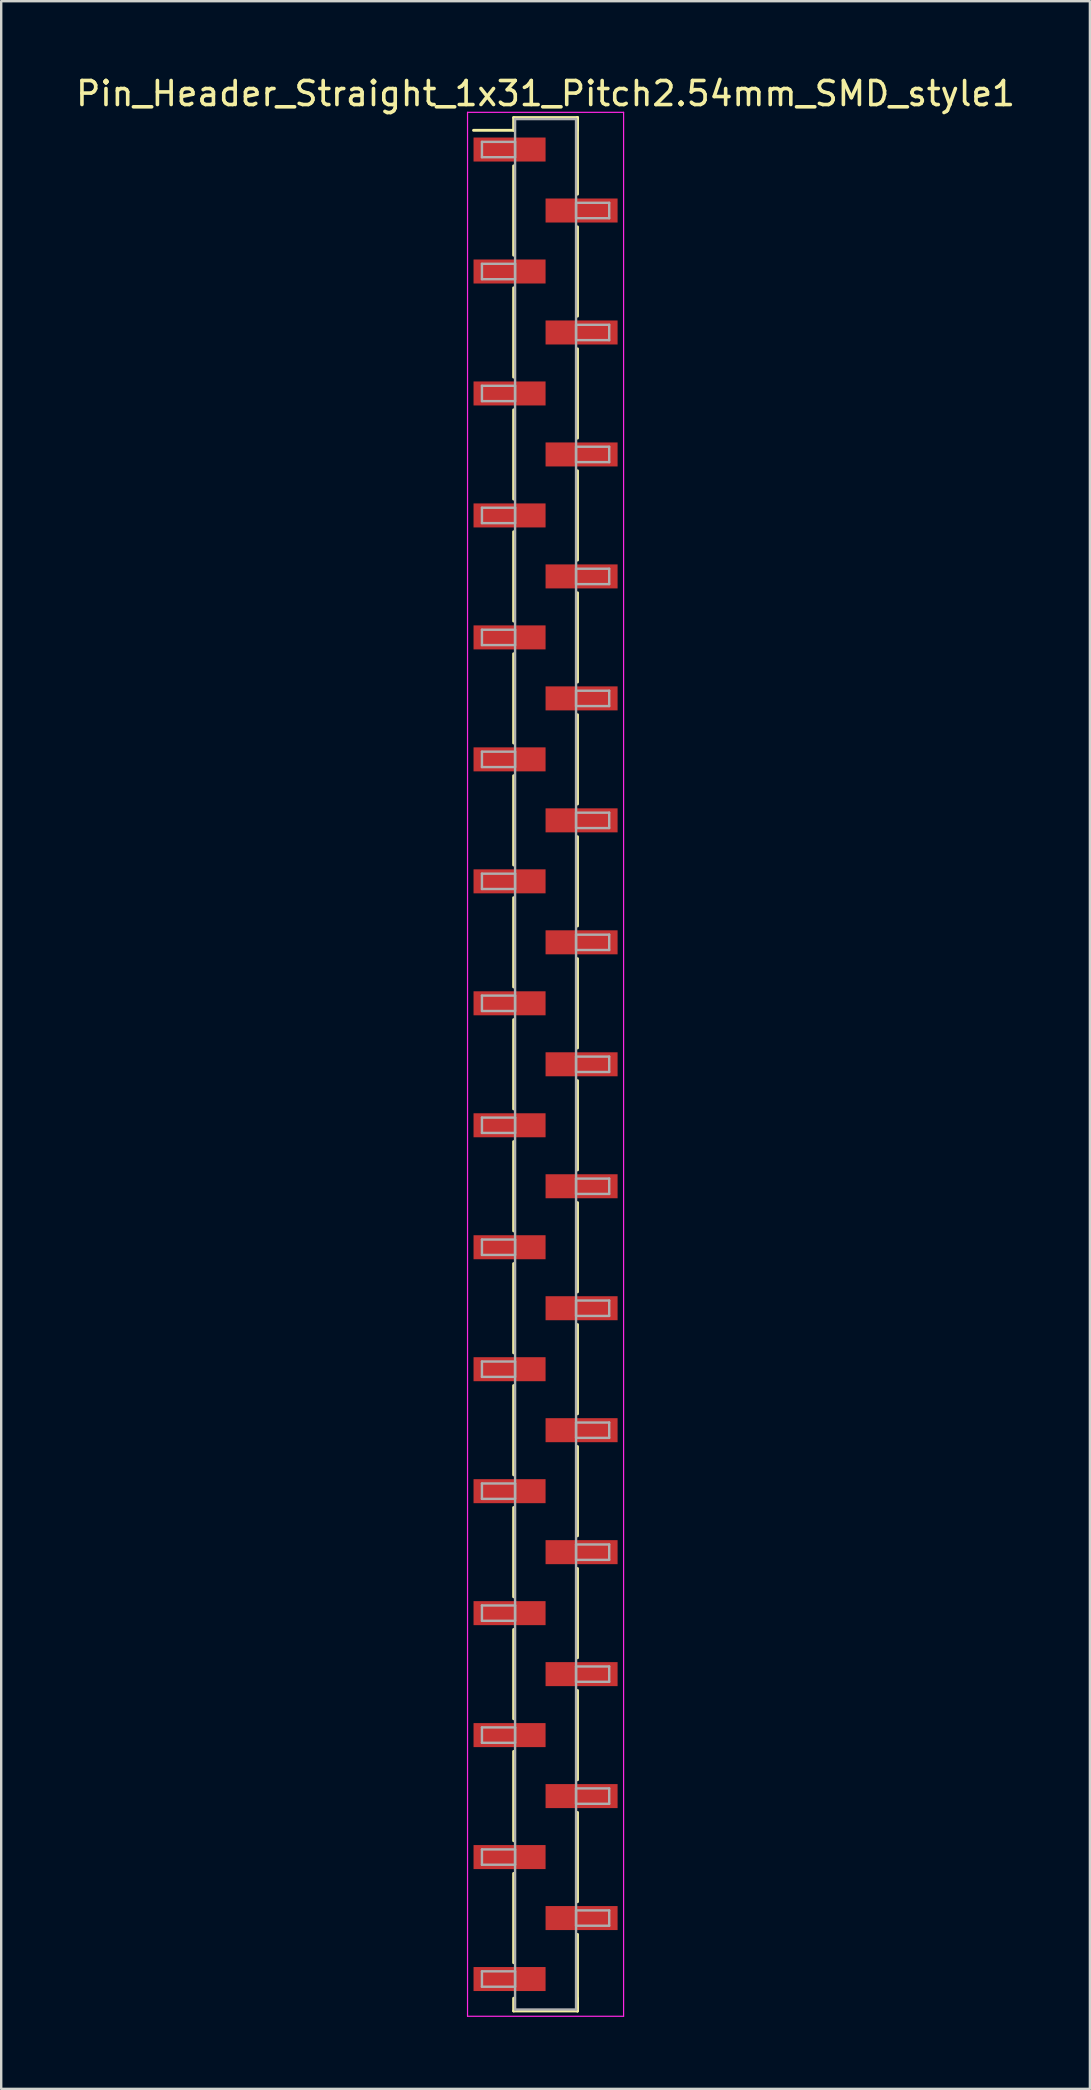
<source format=kicad_pcb>
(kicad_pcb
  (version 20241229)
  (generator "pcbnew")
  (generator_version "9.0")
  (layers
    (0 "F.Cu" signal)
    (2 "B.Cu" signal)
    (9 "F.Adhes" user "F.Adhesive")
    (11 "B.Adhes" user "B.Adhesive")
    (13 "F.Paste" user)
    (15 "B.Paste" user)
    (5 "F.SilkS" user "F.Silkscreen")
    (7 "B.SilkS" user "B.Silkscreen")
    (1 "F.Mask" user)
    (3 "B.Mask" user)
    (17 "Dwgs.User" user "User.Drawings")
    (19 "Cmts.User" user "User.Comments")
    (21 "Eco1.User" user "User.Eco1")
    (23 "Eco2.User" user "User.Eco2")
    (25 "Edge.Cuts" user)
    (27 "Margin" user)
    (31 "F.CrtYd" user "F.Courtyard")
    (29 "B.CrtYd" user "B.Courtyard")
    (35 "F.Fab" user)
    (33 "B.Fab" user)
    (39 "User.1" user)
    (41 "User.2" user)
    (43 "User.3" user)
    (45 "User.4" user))
  (footprint "Pin_Header_Straight_1x31_Pitch2.54mm_SMD_style1"
    (layer "F.Cu")
    (at 19.673 41.278)
    (property "Reference" "Pin_Header_Straight_1x31_Pitch2.54mm_SMD_style1" (at 0 -40.43 0) (layer "F.SilkS") (effects (font (size 1 1) (thickness 0.15))))
    (attr smd)
    (fp_line (start -1.33 -39.43) (end 1.33 -39.43) (stroke (width 0.12) (type solid)) (layer "F.SilkS"))
    (fp_line (start -1.33 -38.9) (end -3 -38.9) (stroke (width 0.12) (type solid)) (layer "F.SilkS"))
    (fp_line (start -1.33 -38.9) (end -1.33 -39.43) (stroke (width 0.12) (type solid)) (layer "F.SilkS"))
    (fp_line (start -1.33 -37.42) (end -1.33 -33.7) (stroke (width 0.12) (type solid)) (layer "F.SilkS"))
    (fp_line (start -1.33 -32.34) (end -1.33 -28.62) (stroke (width 0.12) (type solid)) (layer "F.SilkS"))
    (fp_line (start -1.33 -27.26) (end -1.33 -23.54) (stroke (width 0.12) (type solid)) (layer "F.SilkS"))
    (fp_line (start -1.33 -22.18) (end -1.33 -18.46) (stroke (width 0.12) (type solid)) (layer "F.SilkS"))
    (fp_line (start -1.33 -17.1) (end -1.33 -13.38) (stroke (width 0.12) (type solid)) (layer "F.SilkS"))
    (fp_line (start -1.33 -12.02) (end -1.33 -8.3) (stroke (width 0.12) (type solid)) (layer "F.SilkS"))
    (fp_line (start -1.33 -6.94) (end -1.33 -3.22) (stroke (width 0.12) (type solid)) (layer "F.SilkS"))
    (fp_line (start -1.33 -1.86) (end -1.33 1.86) (stroke (width 0.12) (type solid)) (layer "F.SilkS"))
    (fp_line (start -1.33 3.22) (end -1.33 6.94) (stroke (width 0.12) (type solid)) (layer "F.SilkS"))
    (fp_line (start -1.33 8.3) (end -1.33 12.02) (stroke (width 0.12) (type solid)) (layer "F.SilkS"))
    (fp_line (start -1.33 13.38) (end -1.33 17.1) (stroke (width 0.12) (type solid)) (layer "F.SilkS"))
    (fp_line (start -1.33 18.46) (end -1.33 22.18) (stroke (width 0.12) (type solid)) (layer "F.SilkS"))
    (fp_line (start -1.33 23.54) (end -1.33 27.26) (stroke (width 0.12) (type solid)) (layer "F.SilkS"))
    (fp_line (start -1.33 28.62) (end -1.33 32.34) (stroke (width 0.12) (type solid)) (layer "F.SilkS"))
    (fp_line (start -1.33 33.7) (end -1.33 37.42) (stroke (width 0.12) (type solid)) (layer "F.SilkS"))
    (fp_line (start -1.33 38.9) (end -1.33 39.43) (stroke (width 0.12) (type solid)) (layer "F.SilkS"))
    (fp_line (start -1.33 39.43) (end 1.33 39.43) (stroke (width 0.12) (type solid)) (layer "F.SilkS"))
    (fp_line (start 1.33 -39.43) (end 1.33 -38.9) (stroke (width 0.12) (type solid)) (layer "F.SilkS"))
    (fp_line (start 1.33 -39.43) (end 1.33 -36.24) (stroke (width 0.12) (type solid)) (layer "F.SilkS"))
    (fp_line (start 1.33 -34.88) (end 1.33 -31.16) (stroke (width 0.12) (type solid)) (layer "F.SilkS"))
    (fp_line (start 1.33 -29.8) (end 1.33 -26.08) (stroke (width 0.12) (type solid)) (layer "F.SilkS"))
    (fp_line (start 1.33 -24.72) (end 1.33 -21) (stroke (width 0.12) (type solid)) (layer "F.SilkS"))
    (fp_line (start 1.33 -19.64) (end 1.33 -15.92) (stroke (width 0.12) (type solid)) (layer "F.SilkS"))
    (fp_line (start 1.33 -14.56) (end 1.33 -10.84) (stroke (width 0.12) (type solid)) (layer "F.SilkS"))
    (fp_line (start 1.33 -9.48) (end 1.33 -5.76) (stroke (width 0.12) (type solid)) (layer "F.SilkS"))
    (fp_line (start 1.33 -4.4) (end 1.33 -0.68) (stroke (width 0.12) (type solid)) (layer "F.SilkS"))
    (fp_line (start 1.33 0.68) (end 1.33 4.4) (stroke (width 0.12) (type solid)) (layer "F.SilkS"))
    (fp_line (start 1.33 5.76) (end 1.33 9.48) (stroke (width 0.12) (type solid)) (layer "F.SilkS"))
    (fp_line (start 1.33 10.84) (end 1.33 14.56) (stroke (width 0.12) (type solid)) (layer "F.SilkS"))
    (fp_line (start 1.33 15.92) (end 1.33 19.64) (stroke (width 0.12) (type solid)) (layer "F.SilkS"))
    (fp_line (start 1.33 21) (end 1.33 24.72) (stroke (width 0.12) (type solid)) (layer "F.SilkS"))
    (fp_line (start 1.33 26.08) (end 1.33 29.8) (stroke (width 0.12) (type solid)) (layer "F.SilkS"))
    (fp_line (start 1.33 31.16) (end 1.33 34.88) (stroke (width 0.12) (type solid)) (layer "F.SilkS"))
    (fp_line (start 1.33 36.24) (end 1.33 39.43) (stroke (width 0.12) (type solid)) (layer "F.SilkS"))
    (fp_line (start 1.33 39.43) (end 1.33 38.9) (stroke (width 0.12) (type solid)) (layer "F.SilkS"))
    (fp_line (start -3.25 -39.65) (end -3.25 39.65) (stroke (width 0.05) (type solid)) (layer "F.CrtYd"))
    (fp_line (start -3.25 39.65) (end 3.25 39.65) (stroke (width 0.05) (type solid)) (layer "F.CrtYd"))
    (fp_line (start 3.25 -39.65) (end -3.25 -39.65) (stroke (width 0.05) (type solid)) (layer "F.CrtYd"))
    (fp_line (start 3.25 39.65) (end 3.25 -39.65) (stroke (width 0.05) (type solid)) (layer "F.CrtYd"))
    (fp_line (start -2.65 -38.42) (end -1.27 -38.42) (stroke (width 0.1) (type solid)) (layer "F.Fab"))
    (fp_line (start -2.65 -37.78) (end -2.65 -38.42) (stroke (width 0.1) (type solid)) (layer "F.Fab"))
    (fp_line (start -2.65 -33.34) (end -1.27 -33.34) (stroke (width 0.1) (type solid)) (layer "F.Fab"))
    (fp_line (start -2.65 -32.7) (end -2.65 -33.34) (stroke (width 0.1) (type solid)) (layer "F.Fab"))
    (fp_line (start -2.65 -28.26) (end -1.27 -28.26) (stroke (width 0.1) (type solid)) (layer "F.Fab"))
    (fp_line (start -2.65 -27.62) (end -2.65 -28.26) (stroke (width 0.1) (type solid)) (layer "F.Fab"))
    (fp_line (start -2.65 -23.18) (end -1.27 -23.18) (stroke (width 0.1) (type solid)) (layer "F.Fab"))
    (fp_line (start -2.65 -22.54) (end -2.65 -23.18) (stroke (width 0.1) (type solid)) (layer "F.Fab"))
    (fp_line (start -2.65 -18.1) (end -1.27 -18.1) (stroke (width 0.1) (type solid)) (layer "F.Fab"))
    (fp_line (start -2.65 -17.46) (end -2.65 -18.1) (stroke (width 0.1) (type solid)) (layer "F.Fab"))
    (fp_line (start -2.65 -13.02) (end -1.27 -13.02) (stroke (width 0.1) (type solid)) (layer "F.Fab"))
    (fp_line (start -2.65 -12.38) (end -2.65 -13.02) (stroke (width 0.1) (type solid)) (layer "F.Fab"))
    (fp_line (start -2.65 -7.94) (end -1.27 -7.94) (stroke (width 0.1) (type solid)) (layer "F.Fab"))
    (fp_line (start -2.65 -7.3) (end -2.65 -7.94) (stroke (width 0.1) (type solid)) (layer "F.Fab"))
    (fp_line (start -2.65 -2.86) (end -1.27 -2.86) (stroke (width 0.1) (type solid)) (layer "F.Fab"))
    (fp_line (start -2.65 -2.22) (end -2.65 -2.86) (stroke (width 0.1) (type solid)) (layer "F.Fab"))
    (fp_line (start -2.65 2.22) (end -1.27 2.22) (stroke (width 0.1) (type solid)) (layer "F.Fab"))
    (fp_line (start -2.65 2.86) (end -2.65 2.22) (stroke (width 0.1) (type solid)) (layer "F.Fab"))
    (fp_line (start -2.65 7.3) (end -1.27 7.3) (stroke (width 0.1) (type solid)) (layer "F.Fab"))
    (fp_line (start -2.65 7.94) (end -2.65 7.3) (stroke (width 0.1) (type solid)) (layer "F.Fab"))
    (fp_line (start -2.65 12.38) (end -1.27 12.38) (stroke (width 0.1) (type solid)) (layer "F.Fab"))
    (fp_line (start -2.65 13.02) (end -2.65 12.38) (stroke (width 0.1) (type solid)) (layer "F.Fab"))
    (fp_line (start -2.65 17.46) (end -1.27 17.46) (stroke (width 0.1) (type solid)) (layer "F.Fab"))
    (fp_line (start -2.65 18.1) (end -2.65 17.46) (stroke (width 0.1) (type solid)) (layer "F.Fab"))
    (fp_line (start -2.65 22.54) (end -1.27 22.54) (stroke (width 0.1) (type solid)) (layer "F.Fab"))
    (fp_line (start -2.65 23.18) (end -2.65 22.54) (stroke (width 0.1) (type solid)) (layer "F.Fab"))
    (fp_line (start -2.65 27.62) (end -1.27 27.62) (stroke (width 0.1) (type solid)) (layer "F.Fab"))
    (fp_line (start -2.65 28.26) (end -2.65 27.62) (stroke (width 0.1) (type solid)) (layer "F.Fab"))
    (fp_line (start -2.65 32.7) (end -1.27 32.7) (stroke (width 0.1) (type solid)) (layer "F.Fab"))
    (fp_line (start -2.65 33.34) (end -2.65 32.7) (stroke (width 0.1) (type solid)) (layer "F.Fab"))
    (fp_line (start -2.65 37.78) (end -1.27 37.78) (stroke (width 0.1) (type solid)) (layer "F.Fab"))
    (fp_line (start -2.65 38.42) (end -2.65 37.78) (stroke (width 0.1) (type solid)) (layer "F.Fab"))
    (fp_line (start -1.27 -39.37) (end -1.27 39.37) (stroke (width 0.1) (type solid)) (layer "F.Fab"))
    (fp_line (start -1.27 -38.42) (end -1.27 -37.78) (stroke (width 0.1) (type solid)) (layer "F.Fab"))
    (fp_line (start -1.27 -37.78) (end -2.65 -37.78) (stroke (width 0.1) (type solid)) (layer "F.Fab"))
    (fp_line (start -1.27 -33.34) (end -1.27 -32.7) (stroke (width 0.1) (type solid)) (layer "F.Fab"))
    (fp_line (start -1.27 -32.7) (end -2.65 -32.7) (stroke (width 0.1) (type solid)) (layer "F.Fab"))
    (fp_line (start -1.27 -28.26) (end -1.27 -27.62) (stroke (width 0.1) (type solid)) (layer "F.Fab"))
    (fp_line (start -1.27 -27.62) (end -2.65 -27.62) (stroke (width 0.1) (type solid)) (layer "F.Fab"))
    (fp_line (start -1.27 -23.18) (end -1.27 -22.54) (stroke (width 0.1) (type solid)) (layer "F.Fab"))
    (fp_line (start -1.27 -22.54) (end -2.65 -22.54) (stroke (width 0.1) (type solid)) (layer "F.Fab"))
    (fp_line (start -1.27 -18.1) (end -1.27 -17.46) (stroke (width 0.1) (type solid)) (layer "F.Fab"))
    (fp_line (start -1.27 -17.46) (end -2.65 -17.46) (stroke (width 0.1) (type solid)) (layer "F.Fab"))
    (fp_line (start -1.27 -13.02) (end -1.27 -12.38) (stroke (width 0.1) (type solid)) (layer "F.Fab"))
    (fp_line (start -1.27 -12.38) (end -2.65 -12.38) (stroke (width 0.1) (type solid)) (layer "F.Fab"))
    (fp_line (start -1.27 -7.94) (end -1.27 -7.3) (stroke (width 0.1) (type solid)) (layer "F.Fab"))
    (fp_line (start -1.27 -7.3) (end -2.65 -7.3) (stroke (width 0.1) (type solid)) (layer "F.Fab"))
    (fp_line (start -1.27 -2.86) (end -1.27 -2.22) (stroke (width 0.1) (type solid)) (layer "F.Fab"))
    (fp_line (start -1.27 -2.22) (end -2.65 -2.22) (stroke (width 0.1) (type solid)) (layer "F.Fab"))
    (fp_line (start -1.27 2.22) (end -1.27 2.86) (stroke (width 0.1) (type solid)) (layer "F.Fab"))
    (fp_line (start -1.27 2.86) (end -2.65 2.86) (stroke (width 0.1) (type solid)) (layer "F.Fab"))
    (fp_line (start -1.27 7.3) (end -1.27 7.94) (stroke (width 0.1) (type solid)) (layer "F.Fab"))
    (fp_line (start -1.27 7.94) (end -2.65 7.94) (stroke (width 0.1) (type solid)) (layer "F.Fab"))
    (fp_line (start -1.27 12.38) (end -1.27 13.02) (stroke (width 0.1) (type solid)) (layer "F.Fab"))
    (fp_line (start -1.27 13.02) (end -2.65 13.02) (stroke (width 0.1) (type solid)) (layer "F.Fab"))
    (fp_line (start -1.27 17.46) (end -1.27 18.1) (stroke (width 0.1) (type solid)) (layer "F.Fab"))
    (fp_line (start -1.27 18.1) (end -2.65 18.1) (stroke (width 0.1) (type solid)) (layer "F.Fab"))
    (fp_line (start -1.27 22.54) (end -1.27 23.18) (stroke (width 0.1) (type solid)) (layer "F.Fab"))
    (fp_line (start -1.27 23.18) (end -2.65 23.18) (stroke (width 0.1) (type solid)) (layer "F.Fab"))
    (fp_line (start -1.27 27.62) (end -1.27 28.26) (stroke (width 0.1) (type solid)) (layer "F.Fab"))
    (fp_line (start -1.27 28.26) (end -2.65 28.26) (stroke (width 0.1) (type solid)) (layer "F.Fab"))
    (fp_line (start -1.27 32.7) (end -1.27 33.34) (stroke (width 0.1) (type solid)) (layer "F.Fab"))
    (fp_line (start -1.27 33.34) (end -2.65 33.34) (stroke (width 0.1) (type solid)) (layer "F.Fab"))
    (fp_line (start -1.27 37.78) (end -1.27 38.42) (stroke (width 0.1) (type solid)) (layer "F.Fab"))
    (fp_line (start -1.27 38.42) (end -2.65 38.42) (stroke (width 0.1) (type solid)) (layer "F.Fab"))
    (fp_line (start -1.27 39.37) (end 1.27 39.37) (stroke (width 0.1) (type solid)) (layer "F.Fab"))
    (fp_line (start 1.27 -39.37) (end -1.27 -39.37) (stroke (width 0.1) (type solid)) (layer "F.Fab"))
    (fp_line (start 1.27 -35.88) (end 1.27 -35.24) (stroke (width 0.1) (type solid)) (layer "F.Fab"))
    (fp_line (start 1.27 -35.24) (end 2.65 -35.24) (stroke (width 0.1) (type solid)) (layer "F.Fab"))
    (fp_line (start 1.27 -30.8) (end 1.27 -30.16) (stroke (width 0.1) (type solid)) (layer "F.Fab"))
    (fp_line (start 1.27 -30.16) (end 2.65 -30.16) (stroke (width 0.1) (type solid)) (layer "F.Fab"))
    (fp_line (start 1.27 -25.72) (end 1.27 -25.08) (stroke (width 0.1) (type solid)) (layer "F.Fab"))
    (fp_line (start 1.27 -25.08) (end 2.65 -25.08) (stroke (width 0.1) (type solid)) (layer "F.Fab"))
    (fp_line (start 1.27 -20.64) (end 1.27 -20) (stroke (width 0.1) (type solid)) (layer "F.Fab"))
    (fp_line (start 1.27 -20) (end 2.65 -20) (stroke (width 0.1) (type solid)) (layer "F.Fab"))
    (fp_line (start 1.27 -15.56) (end 1.27 -14.92) (stroke (width 0.1) (type solid)) (layer "F.Fab"))
    (fp_line (start 1.27 -14.92) (end 2.65 -14.92) (stroke (width 0.1) (type solid)) (layer "F.Fab"))
    (fp_line (start 1.27 -10.48) (end 1.27 -9.84) (stroke (width 0.1) (type solid)) (layer "F.Fab"))
    (fp_line (start 1.27 -9.84) (end 2.65 -9.84) (stroke (width 0.1) (type solid)) (layer "F.Fab"))
    (fp_line (start 1.27 -5.4) (end 1.27 -4.76) (stroke (width 0.1) (type solid)) (layer "F.Fab"))
    (fp_line (start 1.27 -4.76) (end 2.65 -4.76) (stroke (width 0.1) (type solid)) (layer "F.Fab"))
    (fp_line (start 1.27 -0.32) (end 1.27 0.32) (stroke (width 0.1) (type solid)) (layer "F.Fab"))
    (fp_line (start 1.27 0.32) (end 2.65 0.32) (stroke (width 0.1) (type solid)) (layer "F.Fab"))
    (fp_line (start 1.27 4.76) (end 1.27 5.4) (stroke (width 0.1) (type solid)) (layer "F.Fab"))
    (fp_line (start 1.27 5.4) (end 2.65 5.4) (stroke (width 0.1) (type solid)) (layer "F.Fab"))
    (fp_line (start 1.27 9.84) (end 1.27 10.48) (stroke (width 0.1) (type solid)) (layer "F.Fab"))
    (fp_line (start 1.27 10.48) (end 2.65 10.48) (stroke (width 0.1) (type solid)) (layer "F.Fab"))
    (fp_line (start 1.27 14.92) (end 1.27 15.56) (stroke (width 0.1) (type solid)) (layer "F.Fab"))
    (fp_line (start 1.27 15.56) (end 2.65 15.56) (stroke (width 0.1) (type solid)) (layer "F.Fab"))
    (fp_line (start 1.27 20) (end 1.27 20.64) (stroke (width 0.1) (type solid)) (layer "F.Fab"))
    (fp_line (start 1.27 20.64) (end 2.65 20.64) (stroke (width 0.1) (type solid)) (layer "F.Fab"))
    (fp_line (start 1.27 25.08) (end 1.27 25.72) (stroke (width 0.1) (type solid)) (layer "F.Fab"))
    (fp_line (start 1.27 25.72) (end 2.65 25.72) (stroke (width 0.1) (type solid)) (layer "F.Fab"))
    (fp_line (start 1.27 30.16) (end 1.27 30.8) (stroke (width 0.1) (type solid)) (layer "F.Fab"))
    (fp_line (start 1.27 30.8) (end 2.65 30.8) (stroke (width 0.1) (type solid)) (layer "F.Fab"))
    (fp_line (start 1.27 35.24) (end 1.27 35.88) (stroke (width 0.1) (type solid)) (layer "F.Fab"))
    (fp_line (start 1.27 35.88) (end 2.65 35.88) (stroke (width 0.1) (type solid)) (layer "F.Fab"))
    (fp_line (start 1.27 39.37) (end 1.27 -39.37) (stroke (width 0.1) (type solid)) (layer "F.Fab"))
    (fp_line (start 2.65 -35.88) (end 1.27 -35.88) (stroke (width 0.1) (type solid)) (layer "F.Fab"))
    (fp_line (start 2.65 -35.24) (end 2.65 -35.88) (stroke (width 0.1) (type solid)) (layer "F.Fab"))
    (fp_line (start 2.65 -30.8) (end 1.27 -30.8) (stroke (width 0.1) (type solid)) (layer "F.Fab"))
    (fp_line (start 2.65 -30.16) (end 2.65 -30.8) (stroke (width 0.1) (type solid)) (layer "F.Fab"))
    (fp_line (start 2.65 -25.72) (end 1.27 -25.72) (stroke (width 0.1) (type solid)) (layer "F.Fab"))
    (fp_line (start 2.65 -25.08) (end 2.65 -25.72) (stroke (width 0.1) (type solid)) (layer "F.Fab"))
    (fp_line (start 2.65 -20.64) (end 1.27 -20.64) (stroke (width 0.1) (type solid)) (layer "F.Fab"))
    (fp_line (start 2.65 -20) (end 2.65 -20.64) (stroke (width 0.1) (type solid)) (layer "F.Fab"))
    (fp_line (start 2.65 -15.56) (end 1.27 -15.56) (stroke (width 0.1) (type solid)) (layer "F.Fab"))
    (fp_line (start 2.65 -14.92) (end 2.65 -15.56) (stroke (width 0.1) (type solid)) (layer "F.Fab"))
    (fp_line (start 2.65 -10.48) (end 1.27 -10.48) (stroke (width 0.1) (type solid)) (layer "F.Fab"))
    (fp_line (start 2.65 -9.84) (end 2.65 -10.48) (stroke (width 0.1) (type solid)) (layer "F.Fab"))
    (fp_line (start 2.65 -5.4) (end 1.27 -5.4) (stroke (width 0.1) (type solid)) (layer "F.Fab"))
    (fp_line (start 2.65 -4.76) (end 2.65 -5.4) (stroke (width 0.1) (type solid)) (layer "F.Fab"))
    (fp_line (start 2.65 -0.32) (end 1.27 -0.32) (stroke (width 0.1) (type solid)) (layer "F.Fab"))
    (fp_line (start 2.65 0.32) (end 2.65 -0.32) (stroke (width 0.1) (type solid)) (layer "F.Fab"))
    (fp_line (start 2.65 4.76) (end 1.27 4.76) (stroke (width 0.1) (type solid)) (layer "F.Fab"))
    (fp_line (start 2.65 5.4) (end 2.65 4.76) (stroke (width 0.1) (type solid)) (layer "F.Fab"))
    (fp_line (start 2.65 9.84) (end 1.27 9.84) (stroke (width 0.1) (type solid)) (layer "F.Fab"))
    (fp_line (start 2.65 10.48) (end 2.65 9.84) (stroke (width 0.1) (type solid)) (layer "F.Fab"))
    (fp_line (start 2.65 14.92) (end 1.27 14.92) (stroke (width 0.1) (type solid)) (layer "F.Fab"))
    (fp_line (start 2.65 15.56) (end 2.65 14.92) (stroke (width 0.1) (type solid)) (layer "F.Fab"))
    (fp_line (start 2.65 20) (end 1.27 20) (stroke (width 0.1) (type solid)) (layer "F.Fab"))
    (fp_line (start 2.65 20.64) (end 2.65 20) (stroke (width 0.1) (type solid)) (layer "F.Fab"))
    (fp_line (start 2.65 25.08) (end 1.27 25.08) (stroke (width 0.1) (type solid)) (layer "F.Fab"))
    (fp_line (start 2.65 25.72) (end 2.65 25.08) (stroke (width 0.1) (type solid)) (layer "F.Fab"))
    (fp_line (start 2.65 30.16) (end 1.27 30.16) (stroke (width 0.1) (type solid)) (layer "F.Fab"))
    (fp_line (start 2.65 30.8) (end 2.65 30.16) (stroke (width 0.1) (type solid)) (layer "F.Fab"))
    (fp_line (start 2.65 35.24) (end 1.27 35.24) (stroke (width 0.1) (type solid)) (layer "F.Fab"))
    (fp_line (start 2.65 35.88) (end 2.65 35.24) (stroke (width 0.1) (type solid)) (layer "F.Fab"))
    (pad "1" smd rect (at -1.5 -38.1) (size 3 1) (layers "F.Cu" "F.Mask"))
    (pad "2" smd rect (at 1.5 -35.56) (size 3 1) (layers "F.Cu" "F.Mask"))
    (pad "3" smd rect (at -1.5 -33.02) (size 3 1) (layers "F.Cu" "F.Mask"))
    (pad "4" smd rect (at 1.5 -30.48) (size 3 1) (layers "F.Cu" "F.Mask"))
    (pad "5" smd rect (at -1.5 -27.94) (size 3 1) (layers "F.Cu" "F.Mask"))
    (pad "6" smd rect (at 1.5 -25.4) (size 3 1) (layers "F.Cu" "F.Mask"))
    (pad "7" smd rect (at -1.5 -22.86) (size 3 1) (layers "F.Cu" "F.Mask"))
    (pad "8" smd rect (at 1.5 -20.32) (size 3 1) (layers "F.Cu" "F.Mask"))
    (pad "9" smd rect (at -1.5 -17.78) (size 3 1) (layers "F.Cu" "F.Mask"))
    (pad "10" smd rect (at 1.5 -15.24) (size 3 1) (layers "F.Cu" "F.Mask"))
    (pad "11" smd rect (at -1.5 -12.7) (size 3 1) (layers "F.Cu" "F.Mask"))
    (pad "12" smd rect (at 1.5 -10.16) (size 3 1) (layers "F.Cu" "F.Mask"))
    (pad "13" smd rect (at -1.5 -7.62) (size 3 1) (layers "F.Cu" "F.Mask"))
    (pad "14" smd rect (at 1.5 -5.08) (size 3 1) (layers "F.Cu" "F.Mask"))
    (pad "15" smd rect (at -1.5 -2.54) (size 3 1) (layers "F.Cu" "F.Mask"))
    (pad "16" smd rect (at 1.5 0) (size 3 1) (layers "F.Cu" "F.Mask"))
    (pad "17" smd rect (at -1.5 2.54) (size 3 1) (layers "F.Cu" "F.Mask"))
    (pad "18" smd rect (at 1.5 5.08) (size 3 1) (layers "F.Cu" "F.Mask"))
    (pad "19" smd rect (at -1.5 7.62) (size 3 1) (layers "F.Cu" "F.Mask"))
    (pad "20" smd rect (at 1.5 10.16) (size 3 1) (layers "F.Cu" "F.Mask"))
    (pad "21" smd rect (at -1.5 12.7) (size 3 1) (layers "F.Cu" "F.Mask"))
    (pad "22" smd rect (at 1.5 15.24) (size 3 1) (layers "F.Cu" "F.Mask"))
    (pad "23" smd rect (at -1.5 17.78) (size 3 1) (layers "F.Cu" "F.Mask"))
    (pad "24" smd rect (at 1.5 20.32) (size 3 1) (layers "F.Cu" "F.Mask"))
    (pad "25" smd rect (at -1.5 22.86) (size 3 1) (layers "F.Cu" "F.Mask"))
    (pad "26" smd rect (at 1.5 25.4) (size 3 1) (layers "F.Cu" "F.Mask"))
    (pad "27" smd rect (at -1.5 27.94) (size 3 1) (layers "F.Cu" "F.Mask"))
    (pad "28" smd rect (at 1.5 30.48) (size 3 1) (layers "F.Cu" "F.Mask"))
    (pad "29" smd rect (at -1.5 33.02) (size 3 1) (layers "F.Cu" "F.Mask"))
    (pad "30" smd rect (at 1.5 35.56) (size 3 1) (layers "F.Cu" "F.Mask"))
    (pad "31" smd rect (at -1.5 38.1) (size 3 1) (layers "F.Cu" "F.Mask")))
  (gr_rect
    (start -3 -3)
    (end 42.345 83.953)
    (stroke (width 0.1) (type default))
    (fill no)
    (layer "Edge.Cuts")))
</source>
